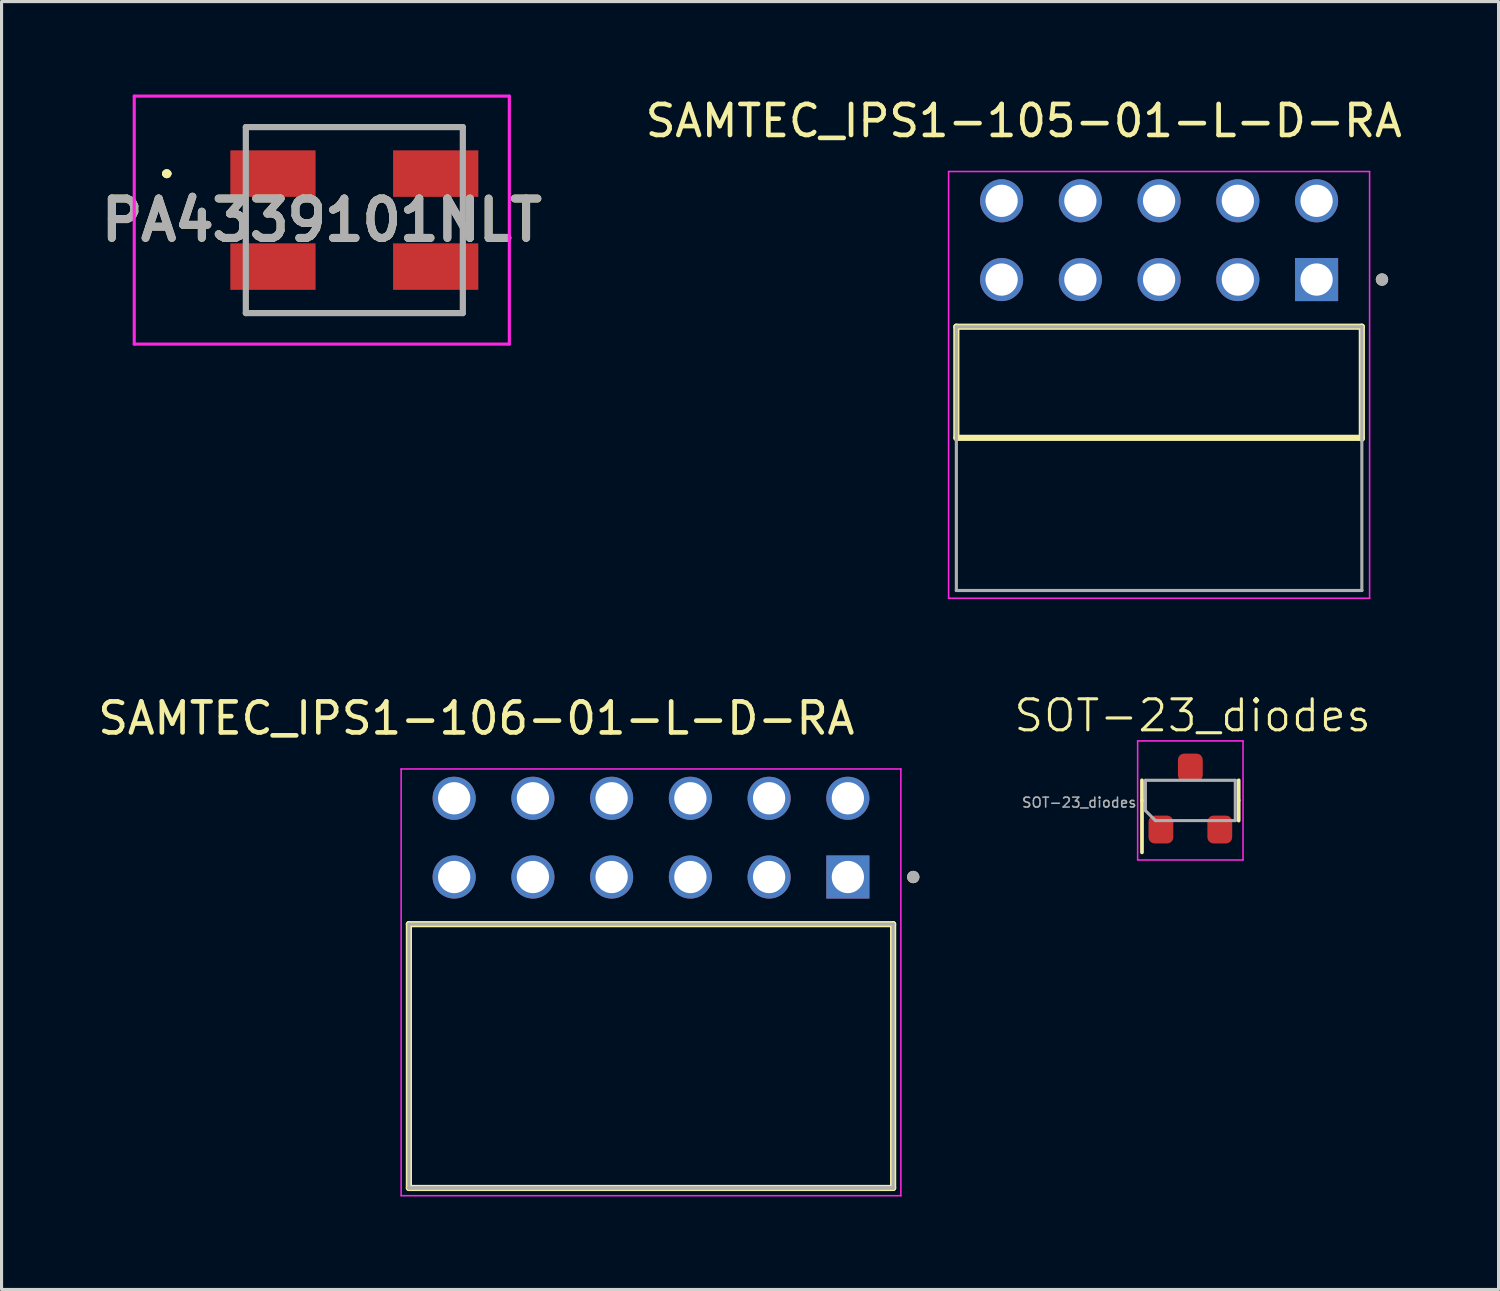
<source format=kicad_pcb>
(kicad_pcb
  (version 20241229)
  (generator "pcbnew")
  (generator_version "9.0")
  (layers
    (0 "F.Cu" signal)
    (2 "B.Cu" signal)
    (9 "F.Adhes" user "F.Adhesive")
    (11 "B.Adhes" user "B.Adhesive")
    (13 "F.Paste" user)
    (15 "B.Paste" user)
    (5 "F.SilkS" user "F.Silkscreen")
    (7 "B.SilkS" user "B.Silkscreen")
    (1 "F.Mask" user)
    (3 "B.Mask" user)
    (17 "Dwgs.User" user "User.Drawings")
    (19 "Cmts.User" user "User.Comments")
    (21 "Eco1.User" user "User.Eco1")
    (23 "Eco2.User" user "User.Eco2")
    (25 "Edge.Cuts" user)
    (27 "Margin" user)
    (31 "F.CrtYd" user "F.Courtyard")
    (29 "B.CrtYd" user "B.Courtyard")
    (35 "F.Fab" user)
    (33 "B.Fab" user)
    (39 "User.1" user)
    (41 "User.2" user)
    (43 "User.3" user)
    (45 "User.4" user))
  (footprint "SOT-23_diodes"
    (layer "F.Cu")
    (at 33.998 24.159)
    (property "Reference" "SOT-23_diodes" (at 1.424 -4.125 0) (unlocked yes) (layer "F.SilkS") (effects (font (size 1 1) (thickness 0.1))))
    (attr smd)
    (fp_line (start -0.21 -1.387) (end -0.21 -2.038) (stroke (width 0.12) (type solid)) (layer "F.SilkS"))
    (fp_line (start -0.21 -1.387) (end -0.21 0.287) (stroke (width 0.12) (type solid)) (layer "F.SilkS"))
    (fp_line (start 2.91 -1.387) (end 2.91 -2.038) (stroke (width 0.12) (type solid)) (layer "F.SilkS"))
    (fp_line (start 2.91 -1.387) (end 2.91 -0.738) (stroke (width 0.12) (type solid)) (layer "F.SilkS"))
    (fp_line (start -0.35 -3.308) (end -0.35 0.532) (stroke (width 0.05) (type solid)) (layer "F.CrtYd"))
    (fp_line (start -0.35 0.532) (end 3.05 0.532) (stroke (width 0.05) (type solid)) (layer "F.CrtYd"))
    (fp_line (start 3.05 -3.308) (end -0.35 -3.308) (stroke (width 0.05) (type solid)) (layer "F.CrtYd"))
    (fp_line (start 3.05 0.532) (end 3.05 -3.308) (stroke (width 0.05) (type solid)) (layer "F.CrtYd"))
    (fp_line (start -0.1 -2.038) (end 2.8 -2.038) (stroke (width 0.1) (type solid)) (layer "F.Fab"))
    (fp_line (start -0.1 -1.062) (end -0.1 -2.038) (stroke (width 0.1) (type solid)) (layer "F.Fab"))
    (fp_line (start 0.225 -0.738) (end -0.1 -1.062) (stroke (width 0.1) (type solid)) (layer "F.Fab"))
    (fp_line (start 2.8 -2.038) (end 2.8 -0.738) (stroke (width 0.1) (type solid)) (layer "F.Fab"))
    (fp_line (start 2.8 -0.738) (end 0.225 -0.738) (stroke (width 0.1) (type solid)) (layer "F.Fab"))
    (fp_text user "${REFERENCE}" (at -2.235 -1.321 180) (layer "F.Fab") (effects (font (size 0.32 0.32) (thickness 0.05))))
    (pad "1" smd roundrect (at 0.4 -0.45) (size 0.8 0.9) (layers "F.Cu" "F.Mask" "F.Paste") (roundrect_rratio 0.25))
    (pad "2" smd roundrect (at 2.3 -0.45) (size 0.8 0.9) (layers "F.Cu" "F.Mask" "F.Paste") (roundrect_rratio 0.25))
    (pad "3" smd roundrect (at 1.35 -2.45) (size 0.8 0.9) (layers "F.Cu" "F.Mask" "F.Paste") (roundrect_rratio 0.25)))
  (footprint "PA4339101NLT"
    (layer "F.Cu")
    (at 8.38 4.05)
    (property "Reference" "PA4339101NLT" (at -1.05 0 0) (layer "F.SilkS") (effects (font (size 1.27 1.27) (thickness 0.254))))
    (attr smd)
    (fp_line (start -6.1 -1.5) (end -6.1 -1.5) (stroke (width 0.2) (type solid)) (layer "F.SilkS"))
    (fp_line (start -6.1 -1.5) (end -6.1 -1.5) (stroke (width 0.2) (type solid)) (layer "F.SilkS"))
    (fp_line (start -6 -1.5) (end -6 -1.5) (stroke (width 0.2) (type solid)) (layer "F.SilkS"))
    (fp_line (start -3.5 -3) (end -3.5 -3) (stroke (width 0.1) (type solid)) (layer "F.SilkS"))
    (fp_line (start -3.5 -3) (end 3.5 -3) (stroke (width 0.1) (type solid)) (layer "F.SilkS"))
    (fp_line (start -3.5 3) (end -3.5 3) (stroke (width 0.1) (type solid)) (layer "F.SilkS"))
    (fp_line (start -3.5 3) (end 3.5 3) (stroke (width 0.1) (type solid)) (layer "F.SilkS"))
    (fp_line (start 3.5 -3) (end -3.5 -3) (stroke (width 0.1) (type solid)) (layer "F.SilkS"))
    (fp_line (start 3.5 -3) (end 3.5 -3) (stroke (width 0.1) (type solid)) (layer "F.SilkS"))
    (fp_line (start 3.5 3) (end -3.5 3) (stroke (width 0.1) (type solid)) (layer "F.SilkS"))
    (fp_line (start 3.5 3) (end 3.5 3) (stroke (width 0.1) (type solid)) (layer "F.SilkS"))
    (fp_arc (start -6.1 -1.5) (mid -6.05 -1.55) (end -6 -1.5) (stroke (width 0.2) (type solid)) (layer "F.SilkS"))
    (fp_arc (start -6 -1.5) (mid -6.05 -1.45) (end -6.1 -1.5) (stroke (width 0.2) (type solid)) (layer "F.SilkS"))
    (fp_arc (start -6 -1.5) (mid -6.05 -1.45) (end -6.1 -1.5) (stroke (width 0.2) (type solid)) (layer "F.SilkS"))
    (fp_line (start -7.1 -4) (end 5 -4) (stroke (width 0.1) (type solid)) (layer "F.CrtYd"))
    (fp_line (start -7.1 4) (end -7.1 -4) (stroke (width 0.1) (type solid)) (layer "F.CrtYd"))
    (fp_line (start 5 -4) (end 5 4) (stroke (width 0.1) (type solid)) (layer "F.CrtYd"))
    (fp_line (start 5 4) (end -7.1 4) (stroke (width 0.1) (type solid)) (layer "F.CrtYd"))
    (fp_line (start -3.5 -3) (end -3.5 3) (stroke (width 0.2) (type solid)) (layer "F.Fab"))
    (fp_line (start -3.5 3) (end 3.5 3) (stroke (width 0.2) (type solid)) (layer "F.Fab"))
    (fp_line (start 3.5 -3) (end -3.5 -3) (stroke (width 0.2) (type solid)) (layer "F.Fab"))
    (fp_line (start 3.5 3) (end 3.5 -3) (stroke (width 0.2) (type solid)) (layer "F.Fab"))
    (fp_text user "${REFERENCE}" (at -1.05 0 0) (layer "F.Fab") (effects (font (size 1.27 1.27) (thickness 0.254))))
    (pad "1" smd rect (at -2.625 -1.5 90) (size 1.5 2.75) (layers "F.Cu" "F.Mask" "F.Paste"))
    (pad "2" smd rect (at -2.625 1.5 90) (size 1.5 2.75) (layers "F.Cu" "F.Mask" "F.Paste"))
    (pad "3" smd rect (at 2.625 1.5 90) (size 1.5 2.75) (layers "F.Cu" "F.Mask" "F.Paste"))
    (pad "4" smd rect (at 2.625 -1.5 90) (size 1.5 2.75) (layers "F.Cu" "F.Mask" "F.Paste")))
  (footprint "SAMTEC_IPS1-105-01-L-D-RA"
    (layer "F.Cu")
    (at 34.34 4.698)
    (property "Reference" "SAMTEC_IPS1-105-01-L-D-RA" (at -4.365 -3.85 0) (layer "F.SilkS") (effects (font (size 1 1) (thickness 0.15))))
    (attr through_hole)
    (fp_line (start -6.54 6.375) (end -6.54 2.79) (stroke (width 0.2) (type solid)) (layer "F.SilkS"))
    (fp_line (start 6.54 2.79) (end -6.54 2.79) (stroke (width 0.2) (type solid)) (layer "F.SilkS"))
    (fp_line (start 6.54 2.79) (end 6.54 6.401) (stroke (width 0.2) (type solid)) (layer "F.SilkS"))
    (fp_line (start 6.54 6.375) (end -6.54 6.375) (stroke (width 0.2) (type solid)) (layer "F.SilkS"))
    (fp_circle (center 7.19 1.27) (end 7.29 1.27) (stroke (width 0.2) (type solid)) (fill no) (layer "F.SilkS"))
    (fp_line (start -6.79 -2.215) (end 6.79 -2.215) (stroke (width 0.05) (type solid)) (layer "F.CrtYd"))
    (fp_line (start -6.79 11.55) (end -6.79 -2.215) (stroke (width 0.05) (type solid)) (layer "F.CrtYd"))
    (fp_line (start 6.79 -2.215) (end 6.79 11.55) (stroke (width 0.05) (type solid)) (layer "F.CrtYd"))
    (fp_line (start 6.79 11.55) (end -6.79 11.55) (stroke (width 0.05) (type solid)) (layer "F.CrtYd"))
    (fp_line (start -6.54 2.794) (end 6.54 2.794) (stroke (width 0.1) (type solid)) (layer "F.Fab"))
    (fp_line (start -6.54 11.3) (end -6.54 2.79) (stroke (width 0.1) (type solid)) (layer "F.Fab"))
    (fp_line (start -6.54 11.3) (end -6.54 11.3) (stroke (width 0.1) (type solid)) (layer "F.Fab"))
    (fp_line (start 6.54 2.79) (end 6.54 11.3) (stroke (width 0.1) (type solid)) (layer "F.Fab"))
    (fp_line (start 6.54 11.3) (end -6.54 11.3) (stroke (width 0.1) (type solid)) (layer "F.Fab"))
    (fp_line (start 6.54 11.3) (end 6.54 11.3) (stroke (width 0.1) (type solid)) (layer "F.Fab"))
    (fp_circle (center 7.19 1.27) (end 7.29 1.27) (stroke (width 0.2) (type solid)) (fill no) (layer "F.Fab"))
    (pad "01" thru_hole rect (at 5.08 1.27) (size 1.39 1.39) (drill 1.04) (layers "*.Cu" "*.Mask"))
    (pad "02" thru_hole circle (at 5.08 -1.27) (size 1.39 1.39) (drill 1.04) (layers "*.Cu" "*.Mask"))
    (pad "03" thru_hole circle (at 2.54 1.27) (size 1.39 1.39) (drill 1.04) (layers "*.Cu" "*.Mask"))
    (pad "04" thru_hole circle (at 2.54 -1.27) (size 1.39 1.39) (drill 1.04) (layers "*.Cu" "*.Mask"))
    (pad "05" thru_hole circle (at 0 1.27) (size 1.39 1.39) (drill 1.04) (layers "*.Cu" "*.Mask"))
    (pad "06" thru_hole circle (at 0 -1.27) (size 1.39 1.39) (drill 1.04) (layers "*.Cu" "*.Mask"))
    (pad "07" thru_hole circle (at -2.54 1.27) (size 1.39 1.39) (drill 1.04) (layers "*.Cu" "*.Mask"))
    (pad "08" thru_hole circle (at -2.54 -1.27) (size 1.39 1.39) (drill 1.04) (layers "*.Cu" "*.Mask"))
    (pad "09" thru_hole circle (at -5.08 1.27) (size 1.39 1.39) (drill 1.04) (layers "*.Cu" "*.Mask"))
    (pad "10" thru_hole circle (at -5.08 -1.27) (size 1.39 1.39) (drill 1.04) (layers "*.Cu" "*.Mask")))
  (footprint "SAMTEC_IPS1-106-01-L-D-RA"
    (layer "F.Cu")
    (at 17.95 23.971)
    (property "Reference" "SAMTEC_IPS1-106-01-L-D-RA" (at -5.635 -3.85 0) (layer "F.SilkS") (effects (font (size 1 1) (thickness 0.15))))
    (attr through_hole)
    (fp_line (start -7.81 11.3) (end -7.81 2.79) (stroke (width 0.2) (type solid)) (layer "F.SilkS"))
    (fp_line (start 7.81 2.79) (end -7.81 2.79) (stroke (width 0.2) (type solid)) (layer "F.SilkS"))
    (fp_line (start 7.81 2.79) (end 7.81 11.3) (stroke (width 0.2) (type solid)) (layer "F.SilkS"))
    (fp_line (start 7.81 11.3) (end -7.81 11.3) (stroke (width 0.2) (type solid)) (layer "F.SilkS"))
    (fp_circle (center 8.46 1.27) (end 8.56 1.27) (stroke (width 0.2) (type solid)) (fill no) (layer "F.SilkS"))
    (fp_line (start -8.06 -2.215) (end 8.06 -2.215) (stroke (width 0.05) (type solid)) (layer "F.CrtYd"))
    (fp_line (start -8.06 11.55) (end -8.06 -2.215) (stroke (width 0.05) (type solid)) (layer "F.CrtYd"))
    (fp_line (start 8.06 -2.215) (end 8.06 11.55) (stroke (width 0.05) (type solid)) (layer "F.CrtYd"))
    (fp_line (start 8.06 11.55) (end -8.06 11.55) (stroke (width 0.05) (type solid)) (layer "F.CrtYd"))
    (fp_line (start -7.81 2.79) (end 7.81 2.79) (stroke (width 0.1) (type solid)) (layer "F.Fab"))
    (fp_line (start -7.81 11.3) (end -7.81 2.79) (stroke (width 0.1) (type solid)) (layer "F.Fab"))
    (fp_line (start -7.81 11.3) (end -7.81 11.3) (stroke (width 0.1) (type solid)) (layer "F.Fab"))
    (fp_line (start -7.81 11.3) (end 7.81 11.3) (stroke (width 0.1) (type solid)) (layer "F.Fab"))
    (fp_line (start 7.81 2.79) (end 7.81 11.3) (stroke (width 0.1) (type solid)) (layer "F.Fab"))
    (fp_line (start 7.81 11.3) (end -7.81 11.3) (stroke (width 0.1) (type solid)) (layer "F.Fab"))
    (fp_line (start 7.81 11.3) (end 7.81 11.3) (stroke (width 0.1) (type solid)) (layer "F.Fab"))
    (fp_circle (center 8.46 1.27) (end 8.56 1.27) (stroke (width 0.2) (type solid)) (fill no) (layer "F.Fab"))
    (pad "01" thru_hole rect (at 6.35 1.27) (size 1.39 1.39) (drill 1.04) (layers "*.Cu" "*.Mask"))
    (pad "02" thru_hole circle (at 6.35 -1.27) (size 1.39 1.39) (drill 1.04) (layers "*.Cu" "*.Mask"))
    (pad "03" thru_hole circle (at 3.81 1.27) (size 1.39 1.39) (drill 1.04) (layers "*.Cu" "*.Mask"))
    (pad "04" thru_hole circle (at 3.81 -1.27) (size 1.39 1.39) (drill 1.04) (layers "*.Cu" "*.Mask"))
    (pad "05" thru_hole circle (at 1.27 1.27) (size 1.39 1.39) (drill 1.04) (layers "*.Cu" "*.Mask"))
    (pad "06" thru_hole circle (at 1.27 -1.27) (size 1.39 1.39) (drill 1.04) (layers "*.Cu" "*.Mask"))
    (pad "07" thru_hole circle (at -1.27 1.27) (size 1.39 1.39) (drill 1.04) (layers "*.Cu" "*.Mask"))
    (pad "08" thru_hole circle (at -1.27 -1.27) (size 1.39 1.39) (drill 1.04) (layers "*.Cu" "*.Mask"))
    (pad "09" thru_hole circle (at -3.81 1.27) (size 1.39 1.39) (drill 1.04) (layers "*.Cu" "*.Mask"))
    (pad "10" thru_hole circle (at -3.81 -1.27) (size 1.39 1.39) (drill 1.04) (layers "*.Cu" "*.Mask"))
    (pad "11" thru_hole circle (at -6.35 1.27) (size 1.39 1.39) (drill 1.04) (layers "*.Cu" "*.Mask"))
    (pad "12" thru_hole circle (at -6.35 -1.27) (size 1.39 1.39) (drill 1.04) (layers "*.Cu" "*.Mask")))
  (gr_rect
    (start -3 -3)
    (end 45.29 38.547)
    (stroke (width 0.1) (type default))
    (fill no)
    (layer "Edge.Cuts")))
</source>
